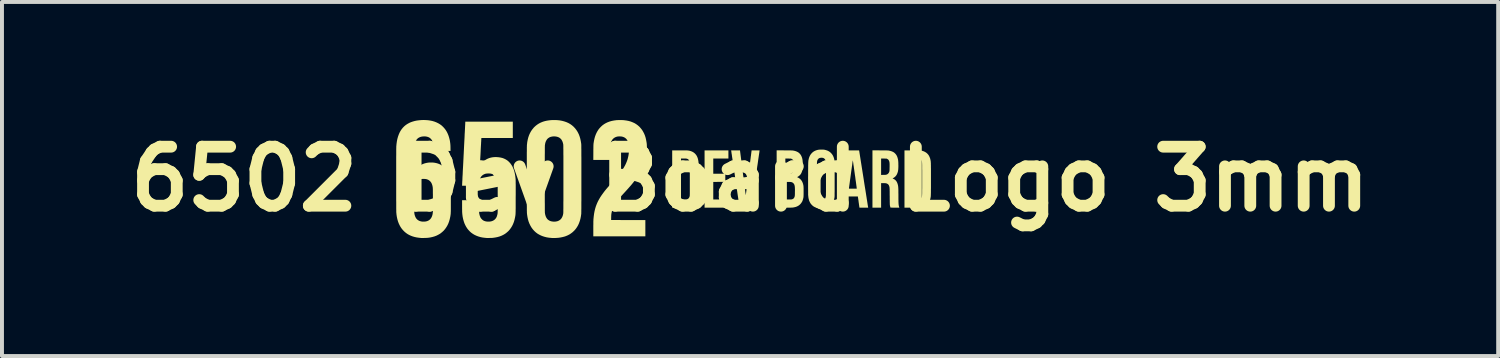
<source format=kicad_pcb>
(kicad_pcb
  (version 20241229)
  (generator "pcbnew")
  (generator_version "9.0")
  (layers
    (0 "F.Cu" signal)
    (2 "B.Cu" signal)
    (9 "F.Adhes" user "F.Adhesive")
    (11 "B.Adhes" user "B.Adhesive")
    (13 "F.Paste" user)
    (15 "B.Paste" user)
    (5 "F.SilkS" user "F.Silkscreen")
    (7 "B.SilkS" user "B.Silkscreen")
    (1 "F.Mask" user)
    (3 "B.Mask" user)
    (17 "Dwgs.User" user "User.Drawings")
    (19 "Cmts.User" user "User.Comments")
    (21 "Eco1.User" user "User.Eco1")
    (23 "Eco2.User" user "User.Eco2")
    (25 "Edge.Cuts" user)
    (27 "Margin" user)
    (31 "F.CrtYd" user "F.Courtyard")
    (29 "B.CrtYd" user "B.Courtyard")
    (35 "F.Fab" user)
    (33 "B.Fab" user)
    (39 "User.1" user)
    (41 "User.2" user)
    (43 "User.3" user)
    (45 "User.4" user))
  (footprint "6502 Dev Board Logo 3mm"
    (layer "F.Cu")
    (at 16.014 1.5)
    (property "Reference" "6502 Dev Board Logo 3mm" (at 0 0 0) (layer "F.SilkS") (effects (font (size 1.5 1.5) (thickness 0.3))))
    (attr board_only exclude_from_pos_files exclude_from_bom)
    (fp_poly (pts (xy -0.55 -0.624) (xy -0.55 -0.52) (xy -0.742 -0.52) (xy -0.935 -0.52) (xy -0.935 -0.327) (xy -0.935 -0.135) (xy -0.782 -0.135) (xy -0.628 -0.135) (xy -0.629 -0.031) (xy -0.629 0.072) (xy -0.782 0.073) (xy -0.935 0.074) (xy -0.935 0.297) (xy -0.935 0.52) (xy -0.742 0.52) (xy -0.55 0.52) (xy -0.55 0.624) (xy -0.55 0.728) (xy -0.853 0.728) (xy -1.156 0.728) (xy -1.156 -0.000001) (xy -1.156 -0.728) (xy -0.853 -0.728) (xy -0.55 -0.728)) (stroke (width 0) (type solid)) (fill yes) (layer "F.SilkS"))
    (fp_poly (pts (xy -1.755 -0.728) (xy -1.722 -0.728) (xy -1.694 -0.728) (xy -1.67 -0.728) (xy -1.649 -0.728) (xy -1.632 -0.728) (xy -1.617 -0.727) (xy -1.605 -0.727) (xy -1.595 -0.726) (xy -1.586 -0.726) (xy -1.579 -0.725) (xy -1.577 -0.725) (xy -1.537 -0.718) (xy -1.502 -0.708) (xy -1.47 -0.695) (xy -1.441 -0.679) (xy -1.415 -0.66) (xy -1.396 -0.642) (xy -1.381 -0.625) (xy -1.369 -0.61) (xy -1.358 -0.593) (xy -1.348 -0.574) (xy -1.345 -0.567) (xy -1.333 -0.539) (xy -1.324 -0.509) (xy -1.317 -0.475) (xy -1.311 -0.438) (xy -1.308 -0.401) (xy -1.308 -0.392) (xy -1.308 -0.378) (xy -1.308 -0.361) (xy -1.307 -0.339) (xy -1.307 -0.313) (xy -1.307 -0.285) (xy -1.307 -0.253) (xy -1.306 -0.22) (xy -1.306 -0.184) (xy -1.306 -0.146) (xy -1.306 -0.107) (xy -1.306 -0.067) (xy -1.306 -0.026) (xy -1.306 0.015) (xy -1.306 0.056) (xy -1.306 0.096) (xy -1.306 0.135) (xy -1.306 0.173) (xy -1.306 0.21) (xy -1.307 0.244) (xy -1.307 0.276) (xy -1.307 0.306) (xy -1.307 0.332) (xy -1.307 0.355) (xy -1.308 0.374) (xy -1.308 0.389) (xy -1.308 0.399) (xy -1.308 0.401) (xy -1.312 0.441) (xy -1.317 0.478) (xy -1.324 0.511) (xy -1.334 0.541) (xy -1.345 0.567) (xy -1.355 0.588) (xy -1.366 0.605) (xy -1.377 0.621) (xy -1.391 0.636) (xy -1.396 0.642) (xy -1.42 0.664) (xy -1.447 0.683) (xy -1.476 0.698) (xy -1.509 0.71) (xy -1.545 0.719) (xy -1.577 0.725) (xy -1.583 0.725) (xy -1.591 0.726) (xy -1.6 0.727) (xy -1.612 0.727) (xy -1.625 0.727) (xy -1.642 0.728) (xy -1.661 0.728) (xy -1.684 0.728) (xy -1.71 0.728) (xy -1.741 0.728) (xy -1.776 0.728) (xy -1.792 0.728) (xy -1.979 0.728) (xy -1.979 -0.000001) (xy -1.755 -0.000001) (xy -1.755 0.52) (xy -1.687 0.52) (xy -1.666 0.52) (xy -1.65 0.52) (xy -1.637 0.52) (xy -1.627 0.519) (xy -1.619 0.519) (xy -1.612 0.518) (xy -1.607 0.516) (xy -1.604 0.515) (xy -1.584 0.507) (xy -1.567 0.496) (xy -1.554 0.481) (xy -1.543 0.462) (xy -1.536 0.44) (xy -1.535 0.438) (xy -1.534 0.435) (xy -1.534 0.432) (xy -1.533 0.429) (xy -1.533 0.424) (xy -1.533 0.419) (xy -1.532 0.412) (xy -1.532 0.404) (xy -1.532 0.393) (xy -1.531 0.381) (xy -1.531 0.367) (xy -1.531 0.35) (xy -1.531 0.33) (xy -1.531 0.307) (xy -1.531 0.281) (xy -1.531 0.251) (xy -1.531 0.218) (xy -1.531 0.181) (xy -1.531 0.14) (xy -1.531 0.094) (xy -1.531 0.043) (xy -1.531 -0.000001) (xy -1.531 -0.054) (xy -1.531 -0.104) (xy -1.531 -0.149) (xy -1.531 -0.189) (xy -1.531 -0.225) (xy -1.531 -0.258) (xy -1.531 -0.287) (xy -1.531 -0.312) (xy -1.531 -0.334) (xy -1.531 -0.353) (xy -1.531 -0.37) (xy -1.532 -0.384) (xy -1.532 -0.396) (xy -1.532 -0.406) (xy -1.532 -0.414) (xy -1.533 -0.42) (xy -1.533 -0.425) (xy -1.534 -0.43) (xy -1.534 -0.433) (xy -1.535 -0.436) (xy -1.535 -0.438) (xy -1.543 -0.461) (xy -1.553 -0.48) (xy -1.566 -0.495) (xy -1.582 -0.507) (xy -1.602 -0.515) (xy -1.604 -0.515) (xy -1.609 -0.517) (xy -1.615 -0.518) (xy -1.622 -0.519) (xy -1.63 -0.52) (xy -1.642 -0.52) (xy -1.656 -0.52) (xy -1.674 -0.52) (xy -1.687 -0.52) (xy -1.755 -0.52) (xy -1.755 -0.000001) (xy -1.979 -0.000001) (xy -1.979 -0.728) (xy -1.792 -0.728)) (stroke (width 0) (type solid)) (fill yes) (layer "F.SilkS"))
    (fp_poly (pts (xy 4.151 -0.728) (xy 4.185 -0.728) (xy 4.215 -0.728) (xy 4.24 -0.728) (xy 4.262 -0.728) (xy 4.281 -0.727) (xy 4.298 -0.727) (xy 4.312 -0.726) (xy 4.324 -0.725) (xy 4.335 -0.724) (xy 4.345 -0.723) (xy 4.354 -0.721) (xy 4.363 -0.719) (xy 4.372 -0.717) (xy 4.378 -0.716) (xy 4.415 -0.704) (xy 4.448 -0.688) (xy 4.478 -0.669) (xy 4.505 -0.646) (xy 4.529 -0.619) (xy 4.549 -0.589) (xy 4.565 -0.554) (xy 4.579 -0.516) (xy 4.588 -0.474) (xy 4.59 -0.464) (xy 4.591 -0.458) (xy 4.592 -0.45) (xy 4.593 -0.442) (xy 4.594 -0.433) (xy 4.594 -0.423) (xy 4.595 -0.41) (xy 4.596 -0.397) (xy 4.596 -0.381) (xy 4.596 -0.362) (xy 4.597 -0.341) (xy 4.597 -0.317) (xy 4.597 -0.291) (xy 4.598 -0.26) (xy 4.598 -0.227) (xy 4.598 -0.189) (xy 4.598 -0.147) (xy 4.598 -0.101) (xy 4.598 -0.05) (xy 4.598 -0.000001) (xy 4.598 0.055) (xy 4.598 0.105) (xy 4.598 0.151) (xy 4.598 0.192) (xy 4.598 0.23) (xy 4.597 0.263) (xy 4.597 0.293) (xy 4.597 0.32) (xy 4.597 0.343) (xy 4.596 0.364) (xy 4.596 0.382) (xy 4.595 0.398) (xy 4.595 0.412) (xy 4.594 0.424) (xy 4.594 0.434) (xy 4.593 0.443) (xy 4.592 0.451) (xy 4.591 0.458) (xy 4.59 0.464) (xy 4.581 0.507) (xy 4.568 0.546) (xy 4.553 0.581) (xy 4.533 0.613) (xy 4.511 0.641) (xy 4.485 0.664) (xy 4.455 0.685) (xy 4.422 0.701) (xy 4.386 0.713) (xy 4.378 0.716) (xy 4.368 0.718) (xy 4.36 0.72) (xy 4.351 0.722) (xy 4.341 0.723) (xy 4.331 0.724) (xy 4.32 0.725) (xy 4.307 0.726) (xy 4.292 0.727) (xy 4.274 0.727) (xy 4.254 0.728) (xy 4.231 0.728) (xy 4.204 0.728) (xy 4.172 0.728) (xy 4.137 0.728) (xy 4.113 0.728) (xy 3.925 0.728) (xy 3.925 -0.000001) (xy 4.149 -0.000001) (xy 4.149 0.52) (xy 4.217 0.52) (xy 4.238 0.52) (xy 4.254 0.52) (xy 4.267 0.52) (xy 4.277 0.519) (xy 4.285 0.519) (xy 4.292 0.518) (xy 4.297 0.516) (xy 4.3 0.515) (xy 4.31 0.512) (xy 4.32 0.508) (xy 4.325 0.505) (xy 4.336 0.497) (xy 4.347 0.485) (xy 4.356 0.472) (xy 4.361 0.464) (xy 4.363 0.46) (xy 4.364 0.456) (xy 4.366 0.453) (xy 4.367 0.449) (xy 4.368 0.445) (xy 4.369 0.44) (xy 4.37 0.434) (xy 4.371 0.427) (xy 4.372 0.418) (xy 4.372 0.408) (xy 4.373 0.396) (xy 4.373 0.382) (xy 4.374 0.365) (xy 4.374 0.346) (xy 4.374 0.323) (xy 4.374 0.298) (xy 4.374 0.27) (xy 4.375 0.237) (xy 4.375 0.201) (xy 4.375 0.161) (xy 4.375 0.117) (xy 4.375 0.068) (xy 4.375 0.014) (xy 4.375 -0.000001) (xy 4.375 -0.055) (xy 4.375 -0.105) (xy 4.375 -0.15) (xy 4.375 -0.192) (xy 4.375 -0.229) (xy 4.374 -0.262) (xy 4.374 -0.291) (xy 4.374 -0.317) (xy 4.374 -0.34) (xy 4.374 -0.36) (xy 4.373 -0.378) (xy 4.373 -0.392) (xy 4.372 -0.405) (xy 4.372 -0.416) (xy 4.371 -0.425) (xy 4.37 -0.432) (xy 4.369 -0.438) (xy 4.368 -0.443) (xy 4.367 -0.448) (xy 4.366 -0.452) (xy 4.365 -0.455) (xy 4.363 -0.459) (xy 4.361 -0.463) (xy 4.361 -0.464) (xy 4.353 -0.476) (xy 4.343 -0.489) (xy 4.332 -0.5) (xy 4.325 -0.505) (xy 4.317 -0.51) (xy 4.31 -0.513) (xy 4.302 -0.516) (xy 4.292 -0.517) (xy 4.28 -0.519) (xy 4.265 -0.52) (xy 4.247 -0.52) (xy 4.225 -0.52) (xy 4.217 -0.52) (xy 4.149 -0.52) (xy 4.149 -0.000001) (xy 3.925 -0.000001) (xy 3.925 -0.728) (xy 4.113 -0.728)) (stroke (width 0) (type solid)) (fill yes) (layer "F.SilkS"))
    (fp_poly (pts (xy 2.621 -0.728) (xy 2.772 -0.728) (xy 2.886 -0.008) (xy 2.895 0.052) (xy 2.904 0.11) (xy 2.913 0.167) (xy 2.922 0.223) (xy 2.931 0.276) (xy 2.939 0.328) (xy 2.947 0.377) (xy 2.954 0.424) (xy 2.961 0.468) (xy 2.967 0.509) (xy 2.974 0.548) (xy 2.979 0.583) (xy 2.984 0.614) (xy 2.988 0.642) (xy 2.992 0.666) (xy 2.995 0.686) (xy 2.998 0.701) (xy 3 0.712) (xy 3.001 0.719) (xy 3.001 0.72) (xy 3.002 0.728) (xy 2.892 0.728) (xy 2.781 0.728) (xy 2.78 0.721) (xy 2.779 0.718) (xy 2.778 0.709) (xy 2.776 0.697) (xy 2.774 0.681) (xy 2.771 0.662) (xy 2.768 0.641) (xy 2.765 0.617) (xy 2.761 0.592) (xy 2.76 0.585) (xy 2.757 0.56) (xy 2.754 0.536) (xy 2.75 0.514) (xy 2.748 0.495) (xy 2.745 0.478) (xy 2.743 0.465) (xy 2.742 0.455) (xy 2.741 0.45) (xy 2.741 0.45) (xy 2.74 0.444) (xy 2.613 0.444) (xy 2.486 0.444) (xy 2.485 0.452) (xy 2.484 0.457) (xy 2.483 0.465) (xy 2.481 0.478) (xy 2.479 0.494) (xy 2.476 0.513) (xy 2.473 0.534) (xy 2.47 0.558) (xy 2.466 0.583) (xy 2.466 0.588) (xy 2.462 0.613) (xy 2.459 0.636) (xy 2.456 0.658) (xy 2.453 0.677) (xy 2.451 0.694) (xy 2.449 0.707) (xy 2.447 0.716) (xy 2.447 0.721) (xy 2.447 0.721) (xy 2.445 0.728) (xy 2.342 0.728) (xy 2.24 0.728) (xy 2.241 0.721) (xy 2.242 0.718) (xy 2.243 0.711) (xy 2.245 0.698) (xy 2.248 0.681) (xy 2.251 0.66) (xy 2.255 0.635) (xy 2.259 0.606) (xy 2.265 0.574) (xy 2.27 0.538) (xy 2.276 0.498) (xy 2.283 0.456) (xy 2.29 0.411) (xy 2.298 0.364) (xy 2.306 0.314) (xy 2.314 0.262) (xy 2.316 0.246) (xy 2.513 0.246) (xy 2.612 0.246) (xy 2.638 0.246) (xy 2.658 0.246) (xy 2.674 0.246) (xy 2.687 0.246) (xy 2.697 0.246) (xy 2.703 0.245) (xy 2.708 0.245) (xy 2.711 0.244) (xy 2.712 0.243) (xy 2.712 0.242) (xy 2.712 0.242) (xy 2.712 0.238) (xy 2.711 0.229) (xy 2.709 0.217) (xy 2.707 0.2) (xy 2.705 0.18) (xy 2.701 0.157) (xy 2.698 0.13) (xy 2.694 0.102) (xy 2.69 0.071) (xy 2.685 0.038) (xy 2.68 0.004) (xy 2.676 -0.031) (xy 2.671 -0.068) (xy 2.665 -0.104) (xy 2.66 -0.141) (xy 2.655 -0.177) (xy 2.65 -0.213) (xy 2.645 -0.248) (xy 2.64 -0.282) (xy 2.636 -0.314) (xy 2.631 -0.344) (xy 2.627 -0.372) (xy 2.624 -0.397) (xy 2.621 -0.419) (xy 2.618 -0.438) (xy 2.615 -0.454) (xy 2.614 -0.465) (xy 2.612 -0.472) (xy 2.612 -0.474) (xy 2.611 -0.471) (xy 2.61 -0.464) (xy 2.608 -0.453) (xy 2.606 -0.437) (xy 2.603 -0.418) (xy 2.6 -0.395) (xy 2.597 -0.37) (xy 2.593 -0.342) (xy 2.588 -0.311) (xy 2.584 -0.279) (xy 2.579 -0.245) (xy 2.574 -0.209) (xy 2.569 -0.173) (xy 2.564 -0.136) (xy 2.559 -0.099) (xy 2.554 -0.063) (xy 2.549 -0.026) (xy 2.544 0.01) (xy 2.539 0.044) (xy 2.535 0.077) (xy 2.531 0.108) (xy 2.527 0.137) (xy 2.523 0.164) (xy 2.52 0.188) (xy 2.517 0.208) (xy 2.515 0.225) (xy 2.514 0.238) (xy 2.513 0.246) (xy 2.316 0.246) (xy 2.322 0.208) (xy 2.331 0.152) (xy 2.34 0.094) (xy 2.35 0.035) (xy 2.356 -0.001) (xy 2.365 -0.061) (xy 2.374 -0.119) (xy 2.383 -0.176) (xy 2.392 -0.231) (xy 2.4 -0.285) (xy 2.408 -0.336) (xy 2.416 -0.385) (xy 2.423 -0.431) (xy 2.43 -0.475) (xy 2.437 -0.516) (xy 2.443 -0.554) (xy 2.448 -0.589) (xy 2.453 -0.62) (xy 2.458 -0.647) (xy 2.461 -0.67) (xy 2.464 -0.69) (xy 2.467 -0.705) (xy 2.469 -0.716) (xy 2.47 -0.722) (xy 2.47 -0.723) (xy 2.471 -0.728)) (stroke (width 0) (type solid)) (fill yes) (layer "F.SilkS"))
    (fp_poly (pts (xy 0.167 -0.728) (xy 0.189 -0.728) (xy 0.207 -0.728) (xy 0.22 -0.728) (xy 0.23 -0.727) (xy 0.237 -0.727) (xy 0.241 -0.726) (xy 0.242 -0.726) (xy 0.242 -0.725) (xy 0.242 -0.723) (xy 0.241 -0.715) (xy 0.239 -0.703) (xy 0.237 -0.686) (xy 0.234 -0.665) (xy 0.23 -0.64) (xy 0.226 -0.612) (xy 0.221 -0.579) (xy 0.216 -0.544) (xy 0.21 -0.505) (xy 0.204 -0.463) (xy 0.198 -0.418) (xy 0.191 -0.37) (xy 0.183 -0.32) (xy 0.176 -0.268) (xy 0.168 -0.214) (xy 0.159 -0.158) (xy 0.151 -0.1) (xy 0.142 -0.041) (xy 0.136 0.002) (xy 0.127 0.062) (xy 0.118 0.121) (xy 0.11 0.178) (xy 0.102 0.234) (xy 0.094 0.287) (xy 0.086 0.339) (xy 0.079 0.388) (xy 0.072 0.435) (xy 0.066 0.478) (xy 0.06 0.52) (xy 0.054 0.558) (xy 0.049 0.592) (xy 0.044 0.623) (xy 0.04 0.651) (xy 0.037 0.675) (xy 0.034 0.694) (xy 0.032 0.709) (xy 0.03 0.72) (xy 0.029 0.726) (xy 0.029 0.728) (xy 0.027 0.728) (xy 0.02 0.728) (xy 0.008 0.728) (xy -0.007 0.728) (xy -0.025 0.728) (xy -0.046 0.728) (xy -0.07 0.728) (xy -0.095 0.728) (xy -0.118 0.728) (xy -0.15 0.728) (xy -0.178 0.728) (xy -0.201 0.728) (xy -0.22 0.728) (xy -0.236 0.728) (xy -0.247 0.727) (xy -0.256 0.727) (xy -0.262 0.727) (xy -0.265 0.726) (xy -0.266 0.725) (xy -0.267 0.723) (xy -0.268 0.715) (xy -0.27 0.703) (xy -0.272 0.686) (xy -0.275 0.665) (xy -0.279 0.64) (xy -0.283 0.612) (xy -0.288 0.579) (xy -0.293 0.544) (xy -0.299 0.505) (xy -0.305 0.463) (xy -0.312 0.418) (xy -0.319 0.371) (xy -0.326 0.321) (xy -0.334 0.269) (xy -0.342 0.214) (xy -0.35 0.158) (xy -0.358 0.101) (xy -0.367 0.042) (xy -0.373 0.001) (xy -0.382 -0.059) (xy -0.39 -0.117) (xy -0.399 -0.174) (xy -0.407 -0.23) (xy -0.415 -0.283) (xy -0.422 -0.335) (xy -0.43 -0.384) (xy -0.437 -0.431) (xy -0.443 -0.475) (xy -0.449 -0.516) (xy -0.455 -0.554) (xy -0.46 -0.588) (xy -0.464 -0.62) (xy -0.469 -0.647) (xy -0.472 -0.671) (xy -0.475 -0.69) (xy -0.477 -0.706) (xy -0.479 -0.717) (xy -0.48 -0.723) (xy -0.48 -0.724) (xy -0.48 -0.725) (xy -0.479 -0.726) (xy -0.477 -0.727) (xy -0.474 -0.727) (xy -0.468 -0.728) (xy -0.459 -0.728) (xy -0.448 -0.728) (xy -0.433 -0.728) (xy -0.415 -0.728) (xy -0.392 -0.728) (xy -0.369 -0.728) (xy -0.256 -0.728) (xy -0.184 -0.168) (xy -0.178 -0.115) (xy -0.171 -0.064) (xy -0.165 -0.014) (xy -0.158 0.035) (xy -0.152 0.081) (xy -0.147 0.125) (xy -0.141 0.166) (xy -0.136 0.205) (xy -0.131 0.242) (xy -0.127 0.274) (xy -0.123 0.304) (xy -0.12 0.33) (xy -0.117 0.352) (xy -0.114 0.37) (xy -0.113 0.384) (xy -0.111 0.393) (xy -0.111 0.398) (xy -0.11 0.399) (xy -0.109 0.402) (xy -0.107 0.402) (xy -0.107 0.401) (xy -0.106 0.398) (xy -0.105 0.391) (xy -0.104 0.379) (xy -0.102 0.363) (xy -0.099 0.343) (xy -0.096 0.319) (xy -0.092 0.292) (xy -0.088 0.262) (xy -0.084 0.228) (xy -0.079 0.193) (xy -0.075 0.155) (xy -0.069 0.115) (xy -0.064 0.073) (xy -0.058 0.03) (xy -0.053 -0.014) (xy -0.047 -0.059) (xy -0.041 -0.105) (xy -0.035 -0.151) (xy -0.029 -0.197) (xy -0.023 -0.243) (xy -0.017 -0.289) (xy -0.011 -0.333) (xy -0.005 -0.377) (xy -0.000001 -0.42) (xy 0.005 -0.46) (xy 0.01 -0.499) (xy 0.015 -0.536) (xy 0.019 -0.571) (xy 0.024 -0.602) (xy 0.027 -0.631) (xy 0.031 -0.657) (xy 0.033 -0.679) (xy 0.036 -0.697) (xy 0.037 -0.711) (xy 0.039 -0.721) (xy 0.039 -0.726) (xy 0.039 -0.727) (xy 0.042 -0.727) (xy 0.049 -0.728) (xy 0.06 -0.728) (xy 0.074 -0.728) (xy 0.092 -0.728) (xy 0.111 -0.728) (xy 0.133 -0.728) (xy 0.141 -0.728)) (stroke (width 0) (type solid)) (fill yes) (layer "F.SilkS"))
    (fp_poly (pts (xy 3.309 -0.728) (xy 3.346 -0.728) (xy 3.378 -0.727) (xy 3.405 -0.727) (xy 3.429 -0.727) (xy 3.449 -0.727) (xy 3.466 -0.727) (xy 3.48 -0.726) (xy 3.491 -0.726) (xy 3.501 -0.725) (xy 3.509 -0.725) (xy 3.516 -0.724) (xy 3.521 -0.724) (xy 3.526 -0.723) (xy 3.531 -0.722) (xy 3.534 -0.721) (xy 3.567 -0.714) (xy 3.596 -0.705) (xy 3.621 -0.695) (xy 3.643 -0.684) (xy 3.664 -0.67) (xy 3.683 -0.653) (xy 3.689 -0.647) (xy 3.709 -0.624) (xy 3.726 -0.598) (xy 3.74 -0.568) (xy 3.751 -0.535) (xy 3.76 -0.498) (xy 3.762 -0.489) (xy 3.764 -0.472) (xy 3.766 -0.452) (xy 3.768 -0.429) (xy 3.769 -0.403) (xy 3.769 -0.375) (xy 3.77 -0.347) (xy 3.77 -0.319) (xy 3.769 -0.292) (xy 3.768 -0.268) (xy 3.767 -0.246) (xy 3.765 -0.233) (xy 3.759 -0.193) (xy 3.748 -0.157) (xy 3.735 -0.124) (xy 3.718 -0.095) (xy 3.698 -0.069) (xy 3.675 -0.048) (xy 3.649 -0.03) (xy 3.638 -0.024) (xy 3.63 -0.02) (xy 3.625 -0.016) (xy 3.624 -0.015) (xy 3.627 -0.013) (xy 3.632 -0.009) (xy 3.639 -0.007) (xy 3.665 0.006) (xy 3.688 0.023) (xy 3.708 0.042) (xy 3.725 0.066) (xy 3.739 0.093) (xy 3.747 0.115) (xy 3.752 0.129) (xy 3.755 0.142) (xy 3.759 0.155) (xy 3.761 0.168) (xy 3.764 0.182) (xy 3.765 0.198) (xy 3.767 0.215) (xy 3.768 0.235) (xy 3.769 0.257) (xy 3.77 0.283) (xy 3.77 0.312) (xy 3.77 0.345) (xy 3.771 0.382) (xy 3.771 0.395) (xy 3.771 0.439) (xy 3.771 0.479) (xy 3.771 0.514) (xy 3.772 0.546) (xy 3.772 0.573) (xy 3.773 0.598) (xy 3.774 0.619) (xy 3.775 0.637) (xy 3.777 0.653) (xy 3.779 0.668) (xy 3.781 0.68) (xy 3.783 0.691) (xy 3.786 0.701) (xy 3.789 0.711) (xy 3.789 0.712) (xy 3.795 0.729) (xy 3.682 0.728) (xy 3.569 0.727) (xy 3.566 0.716) (xy 3.564 0.708) (xy 3.561 0.697) (xy 3.558 0.685) (xy 3.557 0.68) (xy 3.556 0.676) (xy 3.555 0.671) (xy 3.554 0.666) (xy 3.554 0.661) (xy 3.553 0.654) (xy 3.553 0.645) (xy 3.552 0.635) (xy 3.552 0.623) (xy 3.552 0.608) (xy 3.551 0.59) (xy 3.551 0.569) (xy 3.551 0.544) (xy 3.55 0.515) (xy 3.55 0.482) (xy 3.55 0.445) (xy 3.55 0.442) (xy 3.549 0.404) (xy 3.549 0.37) (xy 3.549 0.341) (xy 3.549 0.316) (xy 3.548 0.295) (xy 3.548 0.277) (xy 3.548 0.262) (xy 3.547 0.249) (xy 3.547 0.239) (xy 3.546 0.23) (xy 3.546 0.223) (xy 3.545 0.218) (xy 3.544 0.213) (xy 3.544 0.208) (xy 3.543 0.204) (xy 3.543 0.204) (xy 3.536 0.179) (xy 3.527 0.158) (xy 3.515 0.141) (xy 3.501 0.128) (xy 3.483 0.118) (xy 3.463 0.11) (xy 3.456 0.108) (xy 3.446 0.107) (xy 3.432 0.106) (xy 3.415 0.105) (xy 3.393 0.105) (xy 3.39 0.105) (xy 3.331 0.104) (xy 3.331 0.416) (xy 3.331 0.728) (xy 3.221 0.728) (xy 3.111 0.728) (xy 3.111 -0.000142) (xy 3.111 -0.312) (xy 3.331 -0.312) (xy 3.331 -0.104) (xy 3.39 -0.105) (xy 3.414 -0.105) (xy 3.432 -0.106) (xy 3.446 -0.107) (xy 3.456 -0.108) (xy 3.462 -0.11) (xy 3.484 -0.118) (xy 3.502 -0.13) (xy 3.517 -0.145) (xy 3.529 -0.163) (xy 3.539 -0.186) (xy 3.541 -0.194) (xy 3.542 -0.199) (xy 3.543 -0.205) (xy 3.544 -0.212) (xy 3.545 -0.222) (xy 3.545 -0.234) (xy 3.546 -0.249) (xy 3.546 -0.269) (xy 3.546 -0.292) (xy 3.547 -0.301) (xy 3.547 -0.33) (xy 3.547 -0.356) (xy 3.547 -0.377) (xy 3.546 -0.395) (xy 3.545 -0.41) (xy 3.544 -0.422) (xy 3.542 -0.433) (xy 3.54 -0.442) (xy 3.537 -0.45) (xy 3.529 -0.47) (xy 3.519 -0.486) (xy 3.507 -0.498) (xy 3.492 -0.508) (xy 3.486 -0.511) (xy 3.47 -0.519) (xy 3.401 -0.52) (xy 3.331 -0.521) (xy 3.331 -0.312) (xy 3.111 -0.312) (xy 3.111 -0.729)) (stroke (width 0) (type solid)) (fill yes) (layer "F.SilkS"))
    (fp_poly (pts (xy 0.878 -0.728) (xy 0.914 -0.728) (xy 0.947 -0.727) (xy 0.974 -0.727) (xy 0.998 -0.727) (xy 1.018 -0.727) (xy 1.035 -0.727) (xy 1.05 -0.726) (xy 1.062 -0.726) (xy 1.071 -0.725) (xy 1.079 -0.725) (xy 1.086 -0.724) (xy 1.092 -0.724) (xy 1.097 -0.723) (xy 1.102 -0.722) (xy 1.105 -0.721) (xy 1.139 -0.714) (xy 1.168 -0.705) (xy 1.194 -0.694) (xy 1.217 -0.682) (xy 1.238 -0.668) (xy 1.257 -0.651) (xy 1.259 -0.648) (xy 1.28 -0.625) (xy 1.297 -0.598) (xy 1.311 -0.568) (xy 1.323 -0.535) (xy 1.332 -0.497) (xy 1.332 -0.492) (xy 1.335 -0.473) (xy 1.337 -0.45) (xy 1.339 -0.423) (xy 1.34 -0.395) (xy 1.341 -0.366) (xy 1.34 -0.336) (xy 1.339 -0.308) (xy 1.338 -0.282) (xy 1.336 -0.263) (xy 1.331 -0.23) (xy 1.322 -0.198) (xy 1.311 -0.167) (xy 1.298 -0.14) (xy 1.289 -0.125) (xy 1.271 -0.103) (xy 1.25 -0.083) (xy 1.227 -0.066) (xy 1.206 -0.054) (xy 1.2 -0.051) (xy 1.198 -0.048) (xy 1.197 -0.048) (xy 1.2 -0.046) (xy 1.206 -0.042) (xy 1.214 -0.039) (xy 1.215 -0.038) (xy 1.243 -0.023) (xy 1.269 -0.004) (xy 1.292 0.019) (xy 1.312 0.045) (xy 1.329 0.076) (xy 1.342 0.109) (xy 1.342 0.111) (xy 1.347 0.125) (xy 1.35 0.138) (xy 1.353 0.151) (xy 1.356 0.165) (xy 1.358 0.18) (xy 1.359 0.196) (xy 1.36 0.215) (xy 1.361 0.236) (xy 1.361 0.261) (xy 1.361 0.289) (xy 1.361 0.321) (xy 1.361 0.334) (xy 1.361 0.362) (xy 1.361 0.387) (xy 1.36 0.407) (xy 1.36 0.423) (xy 1.359 0.437) (xy 1.359 0.448) (xy 1.358 0.457) (xy 1.357 0.464) (xy 1.356 0.471) (xy 1.356 0.473) (xy 1.347 0.509) (xy 1.338 0.541) (xy 1.326 0.57) (xy 1.311 0.595) (xy 1.294 0.619) (xy 1.277 0.639) (xy 1.252 0.662) (xy 1.225 0.681) (xy 1.194 0.697) (xy 1.159 0.71) (xy 1.121 0.719) (xy 1.089 0.725) (xy 1.083 0.725) (xy 1.075 0.726) (xy 1.066 0.727) (xy 1.055 0.727) (xy 1.042 0.727) (xy 1.026 0.728) (xy 1.007 0.728) (xy 0.985 0.728) (xy 0.96 0.728) (xy 0.93 0.728) (xy 0.896 0.728) (xy 0.868 0.728) (xy 0.676 0.728) (xy 0.676 0.297) (xy 0.897 0.297) (xy 0.897 0.52) (xy 0.973 0.52) (xy 0.995 0.52) (xy 1.013 0.52) (xy 1.027 0.52) (xy 1.038 0.52) (xy 1.047 0.519) (xy 1.054 0.518) (xy 1.06 0.517) (xy 1.065 0.516) (xy 1.085 0.509) (xy 1.101 0.499) (xy 1.114 0.486) (xy 1.124 0.47) (xy 1.132 0.45) (xy 1.135 0.439) (xy 1.136 0.433) (xy 1.137 0.426) (xy 1.138 0.418) (xy 1.139 0.408) (xy 1.139 0.395) (xy 1.14 0.379) (xy 1.14 0.36) (xy 1.14 0.336) (xy 1.14 0.332) (xy 1.141 0.297) (xy 1.141 0.267) (xy 1.14 0.241) (xy 1.139 0.218) (xy 1.138 0.199) (xy 1.135 0.182) (xy 1.133 0.168) (xy 1.129 0.155) (xy 1.125 0.143) (xy 1.122 0.135) (xy 1.113 0.121) (xy 1.101 0.107) (xy 1.087 0.095) (xy 1.078 0.089) (xy 1.068 0.085) (xy 1.059 0.081) (xy 1.048 0.078) (xy 1.037 0.076) (xy 1.023 0.075) (xy 1.006 0.074) (xy 0.986 0.074) (xy 0.962 0.074) (xy 0.897 0.074) (xy 0.897 0.297) (xy 0.676 0.297) (xy 0.676 -0.00014) (xy 0.676 -0.327) (xy 0.897 -0.327) (xy 0.897 -0.134) (xy 0.958 -0.135) (xy 0.981 -0.136) (xy 1 -0.137) (xy 1.015 -0.138) (xy 1.025 -0.139) (xy 1.031 -0.14) (xy 1.054 -0.149) (xy 1.073 -0.16) (xy 1.088 -0.175) (xy 1.1 -0.194) (xy 1.11 -0.217) (xy 1.112 -0.225) (xy 1.113 -0.232) (xy 1.115 -0.244) (xy 1.116 -0.259) (xy 1.116 -0.276) (xy 1.117 -0.296) (xy 1.118 -0.316) (xy 1.118 -0.337) (xy 1.118 -0.357) (xy 1.118 -0.376) (xy 1.117 -0.393) (xy 1.117 -0.406) (xy 1.116 -0.416) (xy 1.116 -0.416) (xy 1.11 -0.442) (xy 1.103 -0.463) (xy 1.094 -0.481) (xy 1.081 -0.495) (xy 1.066 -0.506) (xy 1.057 -0.511) (xy 1.041 -0.519) (xy 0.969 -0.52) (xy 0.897 -0.521) (xy 0.897 -0.327) (xy 0.676 -0.327) (xy 0.676 -0.729)) (stroke (width 0) (type solid)) (fill yes) (layer "F.SilkS"))
    (fp_poly (pts (xy -3.277 -1.498) (xy -3.254 -1.498) (xy -3.234 -1.497) (xy -3.216 -1.496) (xy -3.205 -1.495) (xy -3.144 -1.487) (xy -3.087 -1.476) (xy -3.034 -1.461) (xy -2.985 -1.442) (xy -2.938 -1.421) (xy -2.895 -1.395) (xy -2.855 -1.366) (xy -2.818 -1.334) (xy -2.806 -1.322) (xy -2.773 -1.284) (xy -2.742 -1.244) (xy -2.716 -1.2) (xy -2.692 -1.154) (xy -2.672 -1.105) (xy -2.655 -1.052) (xy -2.642 -0.995) (xy -2.631 -0.934) (xy -2.627 -0.906) (xy -2.625 -0.89) (xy -2.624 -0.87) (xy -2.623 -0.846) (xy -2.622 -0.821) (xy -2.621 -0.795) (xy -2.621 -0.768) (xy -2.621 -0.742) (xy -2.621 -0.719) (xy -2.622 -0.698) (xy -2.623 -0.682) (xy -2.631 -0.612) (xy -2.643 -0.542) (xy -2.659 -0.474) (xy -2.68 -0.407) (xy -2.705 -0.34) (xy -2.734 -0.274) (xy -2.768 -0.207) (xy -2.806 -0.14) (xy -2.849 -0.072) (xy -2.891 -0.012) (xy -2.917 0.022) (xy -2.942 0.056) (xy -2.969 0.089) (xy -2.996 0.123) (xy -3.025 0.158) (xy -3.056 0.193) (xy -3.089 0.231) (xy -3.125 0.271) (xy -3.164 0.314) (xy -3.174 0.325) (xy -3.199 0.352) (xy -3.221 0.376) (xy -3.24 0.397) (xy -3.258 0.416) (xy -3.273 0.433) (xy -3.287 0.449) (xy -3.3 0.464) (xy -3.312 0.479) (xy -3.324 0.494) (xy -3.337 0.509) (xy -3.347 0.522) (xy -3.38 0.565) (xy -3.409 0.605) (xy -3.434 0.644) (xy -3.455 0.681) (xy -3.474 0.718) (xy -3.489 0.754) (xy -3.502 0.791) (xy -3.513 0.828) (xy -3.515 0.838) (xy -3.521 0.864) (xy -3.525 0.889) (xy -3.528 0.916) (xy -3.529 0.944) (xy -3.53 0.977) (xy -3.53 0.985) (xy -3.531 1.042) (xy -3.096 1.043) (xy -2.661 1.043) (xy -2.661 1.25) (xy -2.661 1.457) (xy -3.323 1.457) (xy -3.984 1.457) (xy -3.984 1.263) (xy -3.984 1.222) (xy -3.984 1.186) (xy -3.983 1.154) (xy -3.983 1.126) (xy -3.983 1.102) (xy -3.983 1.08) (xy -3.982 1.062) (xy -3.981 1.046) (xy -3.981 1.032) (xy -3.98 1.02) (xy -3.98 1.019) (xy -3.973 0.948) (xy -3.964 0.88) (xy -3.952 0.816) (xy -3.937 0.754) (xy -3.919 0.695) (xy -3.897 0.637) (xy -3.872 0.58) (xy -3.842 0.523) (xy -3.809 0.466) (xy -3.771 0.409) (xy -3.729 0.351) (xy -3.721 0.34) (xy -3.705 0.319) (xy -3.69 0.299) (xy -3.674 0.28) (xy -3.658 0.26) (xy -3.641 0.24) (xy -3.623 0.219) (xy -3.603 0.196) (xy -3.58 0.171) (xy -3.555 0.144) (xy -3.528 0.114) (xy -3.497 0.08) (xy -3.469 0.049) (xy -3.443 0.02) (xy -3.42 -0.006) (xy -3.398 -0.031) (xy -3.378 -0.055) (xy -3.359 -0.079) (xy -3.34 -0.103) (xy -3.321 -0.127) (xy -3.308 -0.144) (xy -3.268 -0.198) (xy -3.233 -0.251) (xy -3.202 -0.302) (xy -3.174 -0.352) (xy -3.151 -0.401) (xy -3.131 -0.45) (xy -3.114 -0.499) (xy -3.109 -0.517) (xy -3.098 -0.562) (xy -3.089 -0.606) (xy -3.083 -0.65) (xy -3.079 -0.695) (xy -3.078 -0.742) (xy -3.078 -0.775) (xy -3.08 -0.82) (xy -3.084 -0.86) (xy -3.09 -0.896) (xy -3.097 -0.928) (xy -3.107 -0.956) (xy -3.119 -0.981) (xy -3.133 -1.003) (xy -3.149 -1.023) (xy -3.168 -1.039) (xy -3.181 -1.049) (xy -3.208 -1.063) (xy -3.238 -1.074) (xy -3.271 -1.081) (xy -3.307 -1.083) (xy -3.33 -1.083) (xy -3.358 -1.081) (xy -3.382 -1.077) (xy -3.404 -1.07) (xy -3.425 -1.062) (xy -3.433 -1.058) (xy -3.459 -1.042) (xy -3.482 -1.022) (xy -3.502 -0.999) (xy -3.518 -0.972) (xy -3.531 -0.94) (xy -3.538 -0.917) (xy -3.541 -0.908) (xy -3.543 -0.9) (xy -3.544 -0.893) (xy -3.546 -0.885) (xy -3.547 -0.876) (xy -3.548 -0.867) (xy -3.549 -0.856) (xy -3.549 -0.843) (xy -3.55 -0.829) (xy -3.55 -0.811) (xy -3.551 -0.791) (xy -3.551 -0.767) (xy -3.551 -0.739) (xy -3.551 -0.707) (xy -3.552 -0.671) (xy -3.553 -0.485) (xy -3.768 -0.485) (xy -3.984 -0.485) (xy -3.983 -0.676) (xy -3.983 -0.713) (xy -3.983 -0.745) (xy -3.982 -0.774) (xy -3.982 -0.798) (xy -3.982 -0.819) (xy -3.981 -0.837) (xy -3.981 -0.852) (xy -3.981 -0.864) (xy -3.98 -0.875) (xy -3.979 -0.885) (xy -3.979 -0.893) (xy -3.978 -0.901) (xy -3.978 -0.902) (xy -3.968 -0.964) (xy -3.956 -1.022) (xy -3.941 -1.077) (xy -3.923 -1.127) (xy -3.902 -1.174) (xy -3.878 -1.218) (xy -3.851 -1.26) (xy -3.82 -1.298) (xy -3.785 -1.334) (xy -3.784 -1.335) (xy -3.747 -1.368) (xy -3.706 -1.397) (xy -3.663 -1.422) (xy -3.616 -1.444) (xy -3.566 -1.462) (xy -3.512 -1.477) (xy -3.454 -1.488) (xy -3.4 -1.495) (xy -3.386 -1.497) (xy -3.368 -1.497) (xy -3.347 -1.498) (xy -3.325 -1.498) (xy -3.301 -1.498)) (stroke (width 0) (type solid)) (fill yes) (layer "F.SilkS"))
    (fp_poly (pts (xy 1.816 -0.747) (xy 1.836 -0.747) (xy 1.852 -0.747) (xy 1.865 -0.747) (xy 1.875 -0.746) (xy 1.884 -0.745) (xy 1.893 -0.743) (xy 1.901 -0.742) (xy 1.937 -0.732) (xy 1.969 -0.721) (xy 1.997 -0.707) (xy 2.023 -0.691) (xy 2.047 -0.671) (xy 2.062 -0.656) (xy 2.084 -0.63) (xy 2.103 -0.601) (xy 2.118 -0.57) (xy 2.131 -0.535) (xy 2.141 -0.496) (xy 2.145 -0.475) (xy 2.146 -0.471) (xy 2.146 -0.467) (xy 2.147 -0.463) (xy 2.147 -0.458) (xy 2.148 -0.452) (xy 2.148 -0.445) (xy 2.148 -0.437) (xy 2.149 -0.426) (xy 2.149 -0.414) (xy 2.149 -0.4) (xy 2.149 -0.384) (xy 2.149 -0.365) (xy 2.15 -0.343) (xy 2.15 -0.318) (xy 2.15 -0.29) (xy 2.15 -0.258) (xy 2.15 -0.223) (xy 2.15 -0.183) (xy 2.15 -0.139) (xy 2.15 -0.091) (xy 2.15 -0.038) (xy 2.15 -0.000001) (xy 2.15 0.056) (xy 2.15 0.107) (xy 2.15 0.154) (xy 2.15 0.196) (xy 2.15 0.234) (xy 2.15 0.269) (xy 2.15 0.299) (xy 2.15 0.326) (xy 2.149 0.35) (xy 2.149 0.371) (xy 2.149 0.389) (xy 2.149 0.405) (xy 2.149 0.419) (xy 2.149 0.43) (xy 2.148 0.44) (xy 2.148 0.448) (xy 2.148 0.454) (xy 2.147 0.46) (xy 2.147 0.465) (xy 2.146 0.469) (xy 2.146 0.472) (xy 2.145 0.475) (xy 2.136 0.516) (xy 2.125 0.553) (xy 2.111 0.586) (xy 2.094 0.616) (xy 2.073 0.644) (xy 2.062 0.656) (xy 2.038 0.679) (xy 2.012 0.698) (xy 1.985 0.714) (xy 1.954 0.727) (xy 1.92 0.737) (xy 1.902 0.742) (xy 1.891 0.744) (xy 1.88 0.745) (xy 1.868 0.746) (xy 1.852 0.747) (xy 1.833 0.747) (xy 1.825 0.747) (xy 1.808 0.748) (xy 1.793 0.748) (xy 1.78 0.748) (xy 1.77 0.748) (xy 1.764 0.747) (xy 1.763 0.747) (xy 1.723 0.741) (xy 1.687 0.731) (xy 1.654 0.718) (xy 1.624 0.703) (xy 1.596 0.683) (xy 1.585 0.673) (xy 1.559 0.647) (xy 1.536 0.618) (xy 1.518 0.585) (xy 1.502 0.549) (xy 1.491 0.509) (xy 1.485 0.48) (xy 1.484 0.473) (xy 1.483 0.466) (xy 1.482 0.457) (xy 1.481 0.448) (xy 1.48 0.438) (xy 1.479 0.426) (xy 1.479 0.412) (xy 1.478 0.397) (xy 1.478 0.379) (xy 1.478 0.359) (xy 1.477 0.336) (xy 1.477 0.31) (xy 1.477 0.281) (xy 1.476 0.249) (xy 1.476 0.213) (xy 1.476 0.172) (xy 1.476 0.128) (xy 1.476 0.079) (xy 1.476 0.056) (xy 1.699 0.056) (xy 1.699 0.107) (xy 1.699 0.153) (xy 1.699 0.195) (xy 1.699 0.232) (xy 1.7 0.266) (xy 1.7 0.296) (xy 1.7 0.323) (xy 1.7 0.347) (xy 1.7 0.367) (xy 1.701 0.385) (xy 1.701 0.401) (xy 1.701 0.414) (xy 1.702 0.425) (xy 1.702 0.435) (xy 1.703 0.442) (xy 1.704 0.449) (xy 1.705 0.455) (xy 1.706 0.459) (xy 1.707 0.464) (xy 1.708 0.467) (xy 1.71 0.471) (xy 1.711 0.475) (xy 1.712 0.477) (xy 1.722 0.498) (xy 1.736 0.514) (xy 1.753 0.527) (xy 1.772 0.536) (xy 1.795 0.54) (xy 1.798 0.54) (xy 1.823 0.541) (xy 1.846 0.538) (xy 1.866 0.532) (xy 1.868 0.531) (xy 1.886 0.52) (xy 1.9 0.506) (xy 1.912 0.489) (xy 1.92 0.468) (xy 1.926 0.442) (xy 1.928 0.433) (xy 1.928 0.428) (xy 1.928 0.417) (xy 1.929 0.401) (xy 1.929 0.38) (xy 1.929 0.354) (xy 1.93 0.324) (xy 1.93 0.288) (xy 1.93 0.247) (xy 1.93 0.202) (xy 1.93 0.151) (xy 1.93 0.096) (xy 1.93 0.035) (xy 1.93 -0.000001) (xy 1.93 -0.063) (xy 1.93 -0.121) (xy 1.93 -0.174) (xy 1.93 -0.223) (xy 1.93 -0.266) (xy 1.93 -0.305) (xy 1.929 -0.338) (xy 1.929 -0.367) (xy 1.929 -0.39) (xy 1.929 -0.409) (xy 1.928 -0.422) (xy 1.928 -0.431) (xy 1.928 -0.433) (xy 1.922 -0.461) (xy 1.914 -0.484) (xy 1.903 -0.503) (xy 1.889 -0.518) (xy 1.873 -0.529) (xy 1.86 -0.535) (xy 1.847 -0.538) (xy 1.833 -0.54) (xy 1.816 -0.541) (xy 1.814 -0.541) (xy 1.789 -0.539) (xy 1.767 -0.534) (xy 1.748 -0.524) (xy 1.733 -0.511) (xy 1.72 -0.494) (xy 1.71 -0.473) (xy 1.704 -0.447) (xy 1.703 -0.444) (xy 1.703 -0.441) (xy 1.702 -0.437) (xy 1.702 -0.432) (xy 1.701 -0.425) (xy 1.701 -0.416) (xy 1.701 -0.405) (xy 1.7 -0.392) (xy 1.7 -0.376) (xy 1.7 -0.358) (xy 1.7 -0.337) (xy 1.7 -0.313) (xy 1.7 -0.285) (xy 1.7 -0.254) (xy 1.699 -0.219) (xy 1.699 -0.18) (xy 1.699 -0.137) (xy 1.699 -0.09) (xy 1.699 -0.037) (xy 1.699 -0.000001) (xy 1.699 0.056) (xy 1.476 0.056) (xy 1.476 0.026) (xy 1.476 -0.000001) (xy 1.476 -0.056) (xy 1.476 -0.107) (xy 1.476 -0.153) (xy 1.476 -0.195) (xy 1.476 -0.233) (xy 1.477 -0.267) (xy 1.477 -0.298) (xy 1.477 -0.325) (xy 1.477 -0.349) (xy 1.478 -0.371) (xy 1.478 -0.389) (xy 1.479 -0.406) (xy 1.479 -0.42) (xy 1.48 -0.433) (xy 1.481 -0.444) (xy 1.481 -0.453) (xy 1.482 -0.462) (xy 1.483 -0.47) (xy 1.484 -0.477) (xy 1.485 -0.48) (xy 1.494 -0.522) (xy 1.507 -0.561) (xy 1.524 -0.597) (xy 1.544 -0.629) (xy 1.568 -0.657) (xy 1.594 -0.682) (xy 1.624 -0.703) (xy 1.657 -0.72) (xy 1.693 -0.733) (xy 1.693 -0.733) (xy 1.709 -0.738) (xy 1.724 -0.741) (xy 1.738 -0.744) (xy 1.753 -0.745) (xy 1.769 -0.747) (xy 1.788 -0.747) (xy 1.811 -0.747)) (stroke (width 0) (type solid)) (fill yes) (layer "F.SilkS"))
    (fp_poly (pts (xy -4.941 -1.499) (xy -4.885 -1.495) (xy -4.838 -1.49) (xy -4.778 -1.479) (xy -4.722 -1.464) (xy -4.669 -1.446) (xy -4.619 -1.424) (xy -4.573 -1.398) (xy -4.53 -1.368) (xy -4.49 -1.334) (xy -4.454 -1.296) (xy -4.42 -1.254) (xy -4.39 -1.209) (xy -4.374 -1.18) (xy -4.351 -1.133) (xy -4.332 -1.082) (xy -4.316 -1.028) (xy -4.303 -0.969) (xy -4.293 -0.908) (xy -4.29 -0.883) (xy -4.29 -0.878) (xy -4.29 -0.867) (xy -4.289 -0.852) (xy -4.289 -0.832) (xy -4.289 -0.809) (xy -4.289 -0.781) (xy -4.288 -0.75) (xy -4.288 -0.715) (xy -4.288 -0.677) (xy -4.288 -0.636) (xy -4.288 -0.592) (xy -4.287 -0.546) (xy -4.287 -0.498) (xy -4.287 -0.447) (xy -4.287 -0.394) (xy -4.287 -0.34) (xy -4.287 -0.285) (xy -4.287 -0.228) (xy -4.287 -0.171) (xy -4.287 -0.113) (xy -4.287 -0.054) (xy -4.287 0.005) (xy -4.287 0.063) (xy -4.287 0.122) (xy -4.287 0.18) (xy -4.287 0.237) (xy -4.287 0.294) (xy -4.287 0.349) (xy -4.287 0.403) (xy -4.287 0.455) (xy -4.287 0.505) (xy -4.287 0.554) (xy -4.288 0.599) (xy -4.288 0.643) (xy -4.288 0.683) (xy -4.288 0.721) (xy -4.288 0.755) (xy -4.289 0.786) (xy -4.289 0.813) (xy -4.289 0.836) (xy -4.29 0.855) (xy -4.29 0.869) (xy -4.29 0.879) (xy -4.29 0.883) (xy -4.299 0.948) (xy -4.311 1.009) (xy -4.327 1.066) (xy -4.346 1.12) (xy -4.368 1.17) (xy -4.395 1.217) (xy -4.424 1.26) (xy -4.457 1.3) (xy -4.474 1.317) (xy -4.511 1.352) (xy -4.55 1.382) (xy -4.591 1.409) (xy -4.636 1.432) (xy -4.684 1.452) (xy -4.713 1.462) (xy -4.763 1.475) (xy -4.816 1.486) (xy -4.872 1.494) (xy -4.93 1.498) (xy -4.989 1.5) (xy -5.048 1.498) (xy -5.053 1.497) (xy -5.116 1.491) (xy -5.175 1.481) (xy -5.232 1.466) (xy -5.286 1.448) (xy -5.336 1.426) (xy -5.383 1.4) (xy -5.403 1.388) (xy -5.424 1.372) (xy -5.444 1.357) (xy -5.463 1.34) (xy -5.484 1.32) (xy -5.485 1.319) (xy -5.521 1.279) (xy -5.553 1.236) (xy -5.581 1.189) (xy -5.606 1.139) (xy -5.627 1.086) (xy -5.644 1.029) (xy -5.657 0.969) (xy -5.667 0.905) (xy -5.67 0.873) (xy -5.671 0.868) (xy -5.671 0.863) (xy -5.671 0.856) (xy -5.672 0.849) (xy -5.672 0.84) (xy -5.672 0.83) (xy -5.672 0.818) (xy -5.673 0.805) (xy -5.673 0.789) (xy -5.673 0.772) (xy -5.673 0.752) (xy -5.673 0.73) (xy -5.673 0.705) (xy -5.674 0.677) (xy -5.674 0.647) (xy -5.674 0.613) (xy -5.674 0.576) (xy -5.674 0.536) (xy -5.674 0.492) (xy -5.674 0.444) (xy -5.674 0.392) (xy -5.674 0.336) (xy -5.674 0.276) (xy -5.674 0.212) (xy -5.674 0.143) (xy -5.674 0.069) (xy -5.674 0.009) (xy -5.217 0.009) (xy -5.217 0.067) (xy -5.217 0.124) (xy -5.217 0.181) (xy -5.217 0.237) (xy -5.217 0.292) (xy -5.217 0.346) (xy -5.217 0.399) (xy -5.217 0.449) (xy -5.217 0.498) (xy -5.217 0.545) (xy -5.217 0.589) (xy -5.216 0.631) (xy -5.216 0.67) (xy -5.216 0.706) (xy -5.216 0.739) (xy -5.216 0.768) (xy -5.216 0.793) (xy -5.216 0.814) (xy -5.215 0.832) (xy -5.215 0.844) (xy -5.215 0.852) (xy -5.215 0.855) (xy -5.209 0.895) (xy -5.199 0.932) (xy -5.187 0.964) (xy -5.171 0.993) (xy -5.153 1.018) (xy -5.131 1.038) (xy -5.105 1.055) (xy -5.077 1.068) (xy -5.045 1.077) (xy -5.01 1.082) (xy -4.983 1.084) (xy -4.968 1.083) (xy -4.952 1.082) (xy -4.936 1.081) (xy -4.933 1.08) (xy -4.912 1.076) (xy -4.895 1.072) (xy -4.879 1.066) (xy -4.864 1.059) (xy -4.838 1.044) (xy -4.815 1.025) (xy -4.796 1.003) (xy -4.78 0.977) (xy -4.766 0.947) (xy -4.755 0.913) (xy -4.748 0.875) (xy -4.747 0.873) (xy -4.747 0.868) (xy -4.747 0.859) (xy -4.746 0.845) (xy -4.746 0.826) (xy -4.746 0.804) (xy -4.746 0.777) (xy -4.745 0.747) (xy -4.745 0.713) (xy -4.745 0.676) (xy -4.745 0.636) (xy -4.745 0.593) (xy -4.744 0.548) (xy -4.744 0.5) (xy -4.744 0.45) (xy -4.744 0.399) (xy -4.744 0.346) (xy -4.744 0.291) (xy -4.744 0.235) (xy -4.744 0.178) (xy -4.744 0.121) (xy -4.744 0.063) (xy -4.744 0.005) (xy -4.744 -0.053) (xy -4.744 -0.111) (xy -4.744 -0.169) (xy -4.744 -0.226) (xy -4.744 -0.282) (xy -4.744 -0.337) (xy -4.744 -0.39) (xy -4.744 -0.442) (xy -4.744 -0.492) (xy -4.744 -0.54) (xy -4.744 -0.586) (xy -4.745 -0.629) (xy -4.745 -0.669) (xy -4.745 -0.707) (xy -4.745 -0.741) (xy -4.746 -0.772) (xy -4.746 -0.799) (xy -4.746 -0.823) (xy -4.746 -0.842) (xy -4.747 -0.857) (xy -4.747 -0.867) (xy -4.747 -0.873) (xy -4.747 -0.873) (xy -4.755 -0.912) (xy -4.766 -0.947) (xy -4.78 -0.977) (xy -4.796 -1.004) (xy -4.816 -1.026) (xy -4.839 -1.045) (xy -4.865 -1.06) (xy -4.894 -1.071) (xy -4.927 -1.079) (xy -4.942 -1.081) (xy -4.965 -1.083) (xy -4.99 -1.083) (xy -5.015 -1.082) (xy -5.038 -1.078) (xy -5.043 -1.077) (xy -5.075 -1.069) (xy -5.104 -1.056) (xy -5.129 -1.039) (xy -5.152 -1.019) (xy -5.17 -0.994) (xy -5.186 -0.966) (xy -5.199 -0.934) (xy -5.208 -0.898) (xy -5.214 -0.857) (xy -5.215 -0.855) (xy -5.215 -0.85) (xy -5.215 -0.841) (xy -5.215 -0.826) (xy -5.216 -0.808) (xy -5.216 -0.785) (xy -5.216 -0.759) (xy -5.216 -0.728) (xy -5.216 -0.695) (xy -5.216 -0.658) (xy -5.217 -0.618) (xy -5.217 -0.575) (xy -5.217 -0.53) (xy -5.217 -0.482) (xy -5.217 -0.433) (xy -5.217 -0.381) (xy -5.217 -0.329) (xy -5.217 -0.274) (xy -5.217 -0.219) (xy -5.217 -0.163) (xy -5.217 -0.106) (xy -5.217 -0.048) (xy -5.217 0.009) (xy -5.674 0.009) (xy -5.674 -0.000001) (xy -5.674 -0.078) (xy -5.674 -0.151) (xy -5.674 -0.22) (xy -5.674 -0.284) (xy -5.674 -0.343) (xy -5.674 -0.399) (xy -5.674 -0.45) (xy -5.674 -0.497) (xy -5.674 -0.541) (xy -5.674 -0.581) (xy -5.674 -0.617) (xy -5.674 -0.65) (xy -5.674 -0.681) (xy -5.673 -0.708) (xy -5.673 -0.733) (xy -5.673 -0.755) (xy -5.673 -0.774) (xy -5.673 -0.791) (xy -5.673 -0.807) (xy -5.672 -0.82) (xy -5.672 -0.831) (xy -5.672 -0.841) (xy -5.672 -0.85) (xy -5.671 -0.857) (xy -5.671 -0.864) (xy -5.671 -0.869) (xy -5.67 -0.873) (xy -5.663 -0.938) (xy -5.651 -1) (xy -5.636 -1.059) (xy -5.617 -1.114) (xy -5.594 -1.165) (xy -5.567 -1.214) (xy -5.537 -1.258) (xy -5.503 -1.3) (xy -5.485 -1.319) (xy -5.448 -1.353) (xy -5.409 -1.383) (xy -5.367 -1.41) (xy -5.323 -1.433) (xy -5.274 -1.453) (xy -5.26 -1.458) (xy -5.213 -1.472) (xy -5.163 -1.483) (xy -5.11 -1.491) (xy -5.055 -1.497) (xy -4.998 -1.499)) (stroke (width 0) (type solid)) (fill yes) (layer "F.SilkS"))
    (fp_poly (pts (xy -6.03 -1.25) (xy -6.03 -1.043) (xy -6.429 -1.043) (xy -6.829 -1.043) (xy -6.83 -1.022) (xy -6.831 -1.017) (xy -6.831 -1.007) (xy -6.832 -0.993) (xy -6.833 -0.974) (xy -6.834 -0.952) (xy -6.836 -0.927) (xy -6.837 -0.898) (xy -6.839 -0.867) (xy -6.841 -0.833) (xy -6.843 -0.798) (xy -6.845 -0.76) (xy -6.847 -0.721) (xy -6.848 -0.693) (xy -6.85 -0.653) (xy -6.852 -0.615) (xy -6.854 -0.578) (xy -6.856 -0.543) (xy -6.858 -0.51) (xy -6.86 -0.48) (xy -6.861 -0.452) (xy -6.862 -0.428) (xy -6.864 -0.407) (xy -6.864 -0.39) (xy -6.865 -0.377) (xy -6.866 -0.368) (xy -6.866 -0.365) (xy -6.867 -0.355) (xy -6.867 -0.349) (xy -6.866 -0.346) (xy -6.864 -0.345) (xy -6.862 -0.345) (xy -6.857 -0.348) (xy -6.853 -0.353) (xy -6.848 -0.362) (xy -6.839 -0.374) (xy -6.829 -0.387) (xy -6.818 -0.402) (xy -6.806 -0.416) (xy -6.794 -0.428) (xy -6.786 -0.437) (xy -6.752 -0.466) (xy -6.715 -0.492) (xy -6.676 -0.513) (xy -6.633 -0.531) (xy -6.589 -0.544) (xy -6.542 -0.553) (xy -6.493 -0.557) (xy -6.441 -0.558) (xy -6.44 -0.557) (xy -6.387 -0.553) (xy -6.338 -0.545) (xy -6.292 -0.534) (xy -6.25 -0.518) (xy -6.21 -0.498) (xy -6.173 -0.475) (xy -6.139 -0.447) (xy -6.108 -0.415) (xy -6.093 -0.398) (xy -6.067 -0.362) (xy -6.043 -0.323) (xy -6.023 -0.281) (xy -6.005 -0.236) (xy -5.99 -0.187) (xy -5.978 -0.134) (xy -5.968 -0.078) (xy -5.961 -0.017) (xy -5.96 -0.005) (xy -5.959 0.002) (xy -5.959 0.009) (xy -5.958 0.017) (xy -5.958 0.026) (xy -5.958 0.037) (xy -5.957 0.049) (xy -5.957 0.062) (xy -5.957 0.078) (xy -5.957 0.096) (xy -5.957 0.117) (xy -5.956 0.141) (xy -5.956 0.168) (xy -5.956 0.198) (xy -5.956 0.231) (xy -5.956 0.269) (xy -5.956 0.31) (xy -5.956 0.356) (xy -5.956 0.407) (xy -5.957 0.456) (xy -5.957 0.511) (xy -5.957 0.561) (xy -5.957 0.606) (xy -5.957 0.648) (xy -5.957 0.685) (xy -5.957 0.718) (xy -5.957 0.748) (xy -5.958 0.775) (xy -5.958 0.799) (xy -5.958 0.82) (xy -5.959 0.839) (xy -5.959 0.855) (xy -5.96 0.87) (xy -5.96 0.883) (xy -5.961 0.894) (xy -5.962 0.905) (xy -5.963 0.914) (xy -5.964 0.923) (xy -5.965 0.932) (xy -5.967 0.94) (xy -5.968 0.949) (xy -5.97 0.958) (xy -5.971 0.968) (xy -5.973 0.975) (xy -5.986 1.034) (xy -6.002 1.09) (xy -6.023 1.143) (xy -6.047 1.193) (xy -6.075 1.239) (xy -6.106 1.282) (xy -6.14 1.321) (xy -6.179 1.356) (xy -6.22 1.388) (xy -6.23 1.395) (xy -6.273 1.42) (xy -6.319 1.442) (xy -6.369 1.461) (xy -6.423 1.476) (xy -6.479 1.487) (xy -6.536 1.495) (xy -6.546 1.496) (xy -6.559 1.497) (xy -6.576 1.497) (xy -6.594 1.498) (xy -6.613 1.498) (xy -6.633 1.499) (xy -6.651 1.499) (xy -6.667 1.499) (xy -6.68 1.499) (xy -6.69 1.499) (xy -6.692 1.499) (xy -6.699 1.498) (xy -6.71 1.497) (xy -6.722 1.496) (xy -6.735 1.495) (xy -6.793 1.488) (xy -6.848 1.477) (xy -6.901 1.462) (xy -6.952 1.443) (xy -7 1.421) (xy -7.044 1.395) (xy -7.085 1.366) (xy -7.089 1.362) (xy -7.105 1.349) (xy -7.122 1.333) (xy -7.139 1.315) (xy -7.157 1.296) (xy -7.172 1.278) (xy -7.185 1.262) (xy -7.186 1.26) (xy -7.215 1.216) (xy -7.239 1.171) (xy -7.261 1.122) (xy -7.278 1.071) (xy -7.293 1.017) (xy -7.305 0.959) (xy -7.313 0.897) (xy -7.315 0.874) (xy -7.316 0.861) (xy -7.317 0.847) (xy -7.318 0.831) (xy -7.318 0.811) (xy -7.318 0.788) (xy -7.319 0.762) (xy -7.319 0.731) (xy -7.319 0.696) (xy -7.319 0.685) (xy -7.319 0.538) (xy -7.103 0.538) (xy -6.888 0.538) (xy -6.887 0.7) (xy -6.887 0.733) (xy -6.886 0.761) (xy -6.886 0.785) (xy -6.886 0.805) (xy -6.886 0.822) (xy -6.885 0.836) (xy -6.885 0.848) (xy -6.885 0.857) (xy -6.884 0.865) (xy -6.883 0.872) (xy -6.883 0.878) (xy -6.882 0.884) (xy -6.88 0.89) (xy -6.88 0.89) (xy -6.874 0.918) (xy -6.865 0.944) (xy -6.856 0.968) (xy -6.847 0.986) (xy -6.838 0.999) (xy -6.826 1.013) (xy -6.812 1.027) (xy -6.799 1.04) (xy -6.785 1.05) (xy -6.78 1.053) (xy -6.756 1.065) (xy -6.729 1.074) (xy -6.699 1.08) (xy -6.667 1.083) (xy -6.635 1.083) (xy -6.603 1.08) (xy -6.603 1.08) (xy -6.569 1.073) (xy -6.539 1.062) (xy -6.512 1.047) (xy -6.488 1.029) (xy -6.468 1.007) (xy -6.45 0.981) (xy -6.436 0.951) (xy -6.426 0.917) (xy -6.423 0.906) (xy -6.422 0.9) (xy -6.42 0.894) (xy -6.419 0.887) (xy -6.418 0.88) (xy -6.417 0.873) (xy -6.416 0.865) (xy -6.416 0.855) (xy -6.415 0.844) (xy -6.415 0.831) (xy -6.414 0.817) (xy -6.414 0.8) (xy -6.414 0.781) (xy -6.413 0.758) (xy -6.413 0.733) (xy -6.413 0.705) (xy -6.413 0.673) (xy -6.413 0.637) (xy -6.413 0.598) (xy -6.413 0.554) (xy -6.413 0.505) (xy -6.413 0.453) (xy -6.414 0.402) (xy -6.414 0.355) (xy -6.414 0.313) (xy -6.414 0.275) (xy -6.414 0.241) (xy -6.414 0.211) (xy -6.414 0.185) (xy -6.415 0.162) (xy -6.415 0.141) (xy -6.415 0.124) (xy -6.416 0.108) (xy -6.416 0.095) (xy -6.417 0.084) (xy -6.417 0.075) (xy -6.418 0.066) (xy -6.419 0.059) (xy -6.42 0.053) (xy -6.421 0.048) (xy -6.422 0.042) (xy -6.423 0.037) (xy -6.424 0.031) (xy -6.426 0.025) (xy -6.426 0.023) (xy -6.437 -0.009) (xy -6.451 -0.039) (xy -6.469 -0.065) (xy -6.489 -0.088) (xy -6.513 -0.106) (xy -6.54 -0.121) (xy -6.545 -0.123) (xy -6.564 -0.13) (xy -6.581 -0.135) (xy -6.599 -0.138) (xy -6.619 -0.14) (xy -6.642 -0.141) (xy -6.651 -0.141) (xy -6.677 -0.14) (xy -6.7 -0.138) (xy -6.72 -0.135) (xy -6.738 -0.129) (xy -6.756 -0.122) (xy -6.765 -0.118) (xy -6.791 -0.103) (xy -6.814 -0.084) (xy -6.833 -0.063) (xy -6.85 -0.037) (xy -6.863 -0.008) (xy -6.873 0.024) (xy -6.881 0.061) (xy -6.885 0.101) (xy -6.887 0.126) (xy -6.888 0.17) (xy -7.104 0.17) (xy -7.319 0.17) (xy -7.319 0.161) (xy -7.319 0.158) (xy -7.318 0.15) (xy -7.318 0.137) (xy -7.317 0.12) (xy -7.316 0.098) (xy -7.315 0.073) (xy -7.313 0.043) (xy -7.311 0.01) (xy -7.31 -0.027) (xy -7.308 -0.067) (xy -7.305 -0.11) (xy -7.303 -0.156) (xy -7.301 -0.205) (xy -7.298 -0.257) (xy -7.295 -0.31) (xy -7.292 -0.366) (xy -7.289 -0.424) (xy -7.286 -0.484) (xy -7.283 -0.545) (xy -7.28 -0.608) (xy -7.278 -0.642) (xy -7.275 -0.705) (xy -7.272 -0.767) (xy -7.269 -0.828) (xy -7.266 -0.887) (xy -7.263 -0.944) (xy -7.26 -0.999) (xy -7.257 -1.052) (xy -7.255 -1.102) (xy -7.253 -1.15) (xy -7.25 -1.194) (xy -7.248 -1.236) (xy -7.246 -1.275) (xy -7.244 -1.31) (xy -7.243 -1.342) (xy -7.241 -1.37) (xy -7.24 -1.394) (xy -7.239 -1.413) (xy -7.239 -1.429) (xy -7.238 -1.44) (xy -7.238 -1.445) (xy -7.238 -1.447) (xy -7.238 -1.457) (xy -6.634 -1.457) (xy -6.03 -1.457)) (stroke (width 0) (type solid)) (fill yes) (layer "F.SilkS"))
    (fp_poly (pts (xy -8.241 -1.498) (xy -8.184 -1.494) (xy -8.136 -1.487) (xy -8.079 -1.476) (xy -8.024 -1.46) (xy -7.973 -1.44) (xy -7.925 -1.417) (xy -7.88 -1.39) (xy -7.838 -1.359) (xy -7.8 -1.323) (xy -7.765 -1.284) (xy -7.733 -1.242) (xy -7.73 -1.236) (xy -7.706 -1.197) (xy -7.685 -1.153) (xy -7.666 -1.107) (xy -7.65 -1.057) (xy -7.637 -1.007) (xy -7.63 -0.975) (xy -7.626 -0.951) (xy -7.623 -0.928) (xy -7.62 -0.907) (xy -7.618 -0.885) (xy -7.616 -0.862) (xy -7.615 -0.837) (xy -7.614 -0.808) (xy -7.614 -0.793) (xy -7.613 -0.713) (xy -7.829 -0.713) (xy -8.044 -0.713) (xy -8.046 -0.787) (xy -8.046 -0.814) (xy -8.047 -0.835) (xy -8.048 -0.853) (xy -8.049 -0.867) (xy -8.05 -0.878) (xy -8.051 -0.884) (xy -8.06 -0.921) (xy -8.07 -0.953) (xy -8.084 -0.981) (xy -8.1 -1.006) (xy -8.119 -1.027) (xy -8.141 -1.046) (xy -8.147 -1.049) (xy -8.17 -1.062) (xy -8.197 -1.072) (xy -8.227 -1.079) (xy -8.258 -1.083) (xy -8.29 -1.083) (xy -8.322 -1.081) (xy -8.353 -1.076) (xy -8.382 -1.068) (xy -8.409 -1.056) (xy -8.411 -1.056) (xy -8.433 -1.042) (xy -8.453 -1.026) (xy -8.47 -1.008) (xy -8.486 -0.986) (xy -8.499 -0.962) (xy -8.51 -0.933) (xy -8.519 -0.901) (xy -8.526 -0.865) (xy -8.532 -0.824) (xy -8.533 -0.821) (xy -8.533 -0.815) (xy -8.534 -0.803) (xy -8.534 -0.786) (xy -8.534 -0.765) (xy -8.535 -0.739) (xy -8.535 -0.708) (xy -8.535 -0.672) (xy -8.536 -0.632) (xy -8.536 -0.587) (xy -8.536 -0.538) (xy -8.537 -0.484) (xy -8.537 -0.483) (xy -8.537 -0.436) (xy -8.537 -0.395) (xy -8.537 -0.358) (xy -8.537 -0.325) (xy -8.537 -0.296) (xy -8.537 -0.271) (xy -8.537 -0.249) (xy -8.537 -0.231) (xy -8.537 -0.215) (xy -8.537 -0.203) (xy -8.537 -0.193) (xy -8.536 -0.185) (xy -8.536 -0.178) (xy -8.536 -0.174) (xy -8.535 -0.171) (xy -8.535 -0.169) (xy -8.534 -0.168) (xy -8.534 -0.168) (xy -8.533 -0.168) (xy -8.533 -0.168) (xy -8.53 -0.169) (xy -8.526 -0.173) (xy -8.521 -0.181) (xy -8.514 -0.193) (xy -8.512 -0.196) (xy -8.487 -0.237) (xy -8.459 -0.274) (xy -8.429 -0.306) (xy -8.396 -0.334) (xy -8.36 -0.359) (xy -8.321 -0.379) (xy -8.278 -0.395) (xy -8.233 -0.407) (xy -8.184 -0.416) (xy -8.182 -0.416) (xy -8.166 -0.418) (xy -8.146 -0.419) (xy -8.123 -0.419) (xy -8.1 -0.419) (xy -8.076 -0.419) (xy -8.055 -0.418) (xy -8.036 -0.416) (xy -8.028 -0.415) (xy -7.979 -0.406) (xy -7.933 -0.393) (xy -7.89 -0.376) (xy -7.849 -0.355) (xy -7.812 -0.33) (xy -7.778 -0.3) (xy -7.747 -0.267) (xy -7.718 -0.229) (xy -7.693 -0.187) (xy -7.671 -0.142) (xy -7.661 -0.118) (xy -7.647 -0.079) (xy -7.635 -0.035) (xy -7.625 0.013) (xy -7.616 0.064) (xy -7.61 0.118) (xy -7.608 0.138) (xy -7.607 0.146) (xy -7.607 0.155) (xy -7.606 0.167) (xy -7.606 0.181) (xy -7.606 0.199) (xy -7.605 0.219) (xy -7.605 0.243) (xy -7.605 0.27) (xy -7.605 0.301) (xy -7.605 0.336) (xy -7.605 0.376) (xy -7.605 0.419) (xy -7.605 0.468) (xy -7.605 0.509) (xy -7.605 0.559) (xy -7.605 0.604) (xy -7.605 0.645) (xy -7.605 0.682) (xy -7.605 0.715) (xy -7.605 0.744) (xy -7.605 0.77) (xy -7.605 0.793) (xy -7.606 0.813) (xy -7.606 0.832) (xy -7.607 0.848) (xy -7.608 0.862) (xy -7.608 0.875) (xy -7.609 0.887) (xy -7.61 0.898) (xy -7.612 0.908) (xy -7.613 0.919) (xy -7.615 0.929) (xy -7.616 0.94) (xy -7.618 0.951) (xy -7.62 0.961) (xy -7.633 1.021) (xy -7.649 1.077) (xy -7.669 1.131) (xy -7.693 1.181) (xy -7.721 1.228) (xy -7.752 1.272) (xy -7.786 1.312) (xy -7.825 1.348) (xy -7.866 1.381) (xy -7.882 1.392) (xy -7.927 1.418) (xy -7.974 1.441) (xy -8.025 1.46) (xy -8.079 1.475) (xy -8.136 1.487) (xy -8.187 1.494) (xy -8.2 1.495) (xy -8.216 1.496) (xy -8.235 1.497) (xy -8.256 1.498) (xy -8.277 1.498) (xy -8.298 1.499) (xy -8.318 1.499) (xy -8.335 1.499) (xy -8.349 1.499) (xy -8.355 1.499) (xy -8.415 1.493) (xy -8.471 1.485) (xy -8.523 1.474) (xy -8.572 1.46) (xy -8.618 1.443) (xy -8.662 1.423) (xy -8.703 1.4) (xy -8.742 1.373) (xy -8.758 1.36) (xy -8.774 1.347) (xy -8.791 1.331) (xy -8.81 1.312) (xy -8.827 1.293) (xy -8.843 1.275) (xy -8.854 1.261) (xy -8.883 1.219) (xy -8.908 1.174) (xy -8.93 1.127) (xy -8.949 1.076) (xy -8.964 1.023) (xy -8.977 0.965) (xy -8.986 0.905) (xy -8.992 0.84) (xy -8.992 0.839) (xy -8.992 0.833) (xy -8.992 0.821) (xy -8.992 0.806) (xy -8.992 0.785) (xy -8.993 0.761) (xy -8.993 0.733) (xy -8.993 0.701) (xy -8.993 0.666) (xy -8.993 0.628) (xy -8.993 0.587) (xy -8.994 0.543) (xy -8.994 0.524) (xy -8.536 0.524) (xy -8.536 0.541) (xy -8.536 0.588) (xy -8.536 0.631) (xy -8.536 0.67) (xy -8.536 0.704) (xy -8.536 0.735) (xy -8.536 0.761) (xy -8.535 0.785) (xy -8.535 0.805) (xy -8.535 0.823) (xy -8.534 0.839) (xy -8.534 0.852) (xy -8.533 0.863) (xy -8.532 0.873) (xy -8.531 0.882) (xy -8.53 0.89) (xy -8.528 0.897) (xy -8.527 0.904) (xy -8.525 0.91) (xy -8.523 0.917) (xy -8.521 0.925) (xy -8.509 0.958) (xy -8.494 0.988) (xy -8.476 1.013) (xy -8.454 1.035) (xy -8.429 1.052) (xy -8.402 1.066) (xy -8.371 1.075) (xy -8.355 1.079) (xy -8.345 1.08) (xy -8.337 1.082) (xy -8.332 1.083) (xy -8.332 1.083) (xy -8.326 1.083) (xy -8.316 1.083) (xy -8.304 1.083) (xy -8.29 1.083) (xy -8.275 1.082) (xy -8.261 1.081) (xy -8.249 1.08) (xy -8.24 1.078) (xy -8.236 1.078) (xy -8.204 1.069) (xy -8.175 1.056) (xy -8.149 1.039) (xy -8.127 1.019) (xy -8.108 0.994) (xy -8.092 0.966) (xy -8.08 0.935) (xy -8.07 0.899) (xy -8.069 0.891) (xy -8.067 0.882) (xy -8.066 0.873) (xy -8.065 0.862) (xy -8.064 0.851) (xy -8.063 0.838) (xy -8.062 0.823) (xy -8.062 0.805) (xy -8.061 0.786) (xy -8.061 0.763) (xy -8.061 0.738) (xy -8.061 0.709) (xy -8.06 0.677) (xy -8.06 0.641) (xy -8.061 0.6) (xy -8.061 0.555) (xy -8.061 0.51) (xy -8.061 0.466) (xy -8.061 0.426) (xy -8.061 0.391) (xy -8.062 0.36) (xy -8.062 0.333) (xy -8.062 0.309) (xy -8.062 0.289) (xy -8.062 0.271) (xy -8.063 0.257) (xy -8.063 0.245) (xy -8.064 0.234) (xy -8.064 0.226) (xy -8.065 0.219) (xy -8.065 0.213) (xy -8.066 0.209) (xy -8.066 0.207) (xy -8.073 0.17) (xy -8.083 0.138) (xy -8.094 0.11) (xy -8.108 0.085) (xy -8.125 0.064) (xy -8.137 0.052) (xy -8.158 0.034) (xy -8.181 0.02) (xy -8.206 0.01) (xy -8.233 0.002) (xy -8.264 -0.002) (xy -8.298 -0.003) (xy -8.299 -0.003) (xy -8.333 -0.002) (xy -8.363 0.002) (xy -8.39 0.009) (xy -8.414 0.019) (xy -8.434 0.03) (xy -8.457 0.048) (xy -8.477 0.069) (xy -8.494 0.093) (xy -8.508 0.121) (xy -8.52 0.152) (xy -8.528 0.188) (xy -8.532 0.206) (xy -8.532 0.211) (xy -8.533 0.216) (xy -8.533 0.221) (xy -8.534 0.228) (xy -8.534 0.235) (xy -8.535 0.244) (xy -8.535 0.255) (xy -8.535 0.268) (xy -8.535 0.283) (xy -8.536 0.301) (xy -8.536 0.322) (xy -8.536 0.346) (xy -8.536 0.373) (xy -8.536 0.404) (xy -8.536 0.44) (xy -8.536 0.48) (xy -8.536 0.524) (xy -8.994 0.524) (xy -8.994 0.497) (xy -8.994 0.448) (xy -8.994 0.398) (xy -8.994 0.346) (xy -8.994 0.292) (xy -8.994 0.237) (xy -8.994 0.182) (xy -8.994 0.125) (xy -8.994 0.068) (xy -8.994 0.011) (xy -8.994 -0.046) (xy -8.994 -0.103) (xy -8.994 -0.16) (xy -8.994 -0.216) (xy -8.994 -0.27) (xy -8.994 -0.324) (xy -8.994 -0.376) (xy -8.994 -0.427) (xy -8.994 -0.475) (xy -8.994 -0.522) (xy -8.994 -0.566) (xy -8.993 -0.607) (xy -8.993 -0.645) (xy -8.993 -0.681) (xy -8.993 -0.713) (xy -8.993 -0.741) (xy -8.993 -0.766) (xy -8.992 -0.786) (xy -8.992 -0.802) (xy -8.992 -0.813) (xy -8.992 -0.82) (xy -8.986 -0.889) (xy -8.977 -0.955) (xy -8.965 -1.016) (xy -8.949 -1.074) (xy -8.93 -1.128) (xy -8.908 -1.179) (xy -8.883 -1.225) (xy -8.854 -1.268) (xy -8.822 -1.307) (xy -8.786 -1.343) (xy -8.747 -1.375) (xy -8.704 -1.403) (xy -8.658 -1.428) (xy -8.619 -1.445) (xy -8.572 -1.461) (xy -8.522 -1.475) (xy -8.469 -1.486) (xy -8.413 -1.493) (xy -8.357 -1.498) (xy -8.299 -1.5)) (stroke (width 0) (type solid)) (fill yes) (layer "F.SilkS")))
  (gr_rect
    (start -3 -3)
    (end 35.029 5.999)
    (stroke (width 0.1) (type default))
    (fill no)
    (layer "Edge.Cuts")))
</source>
